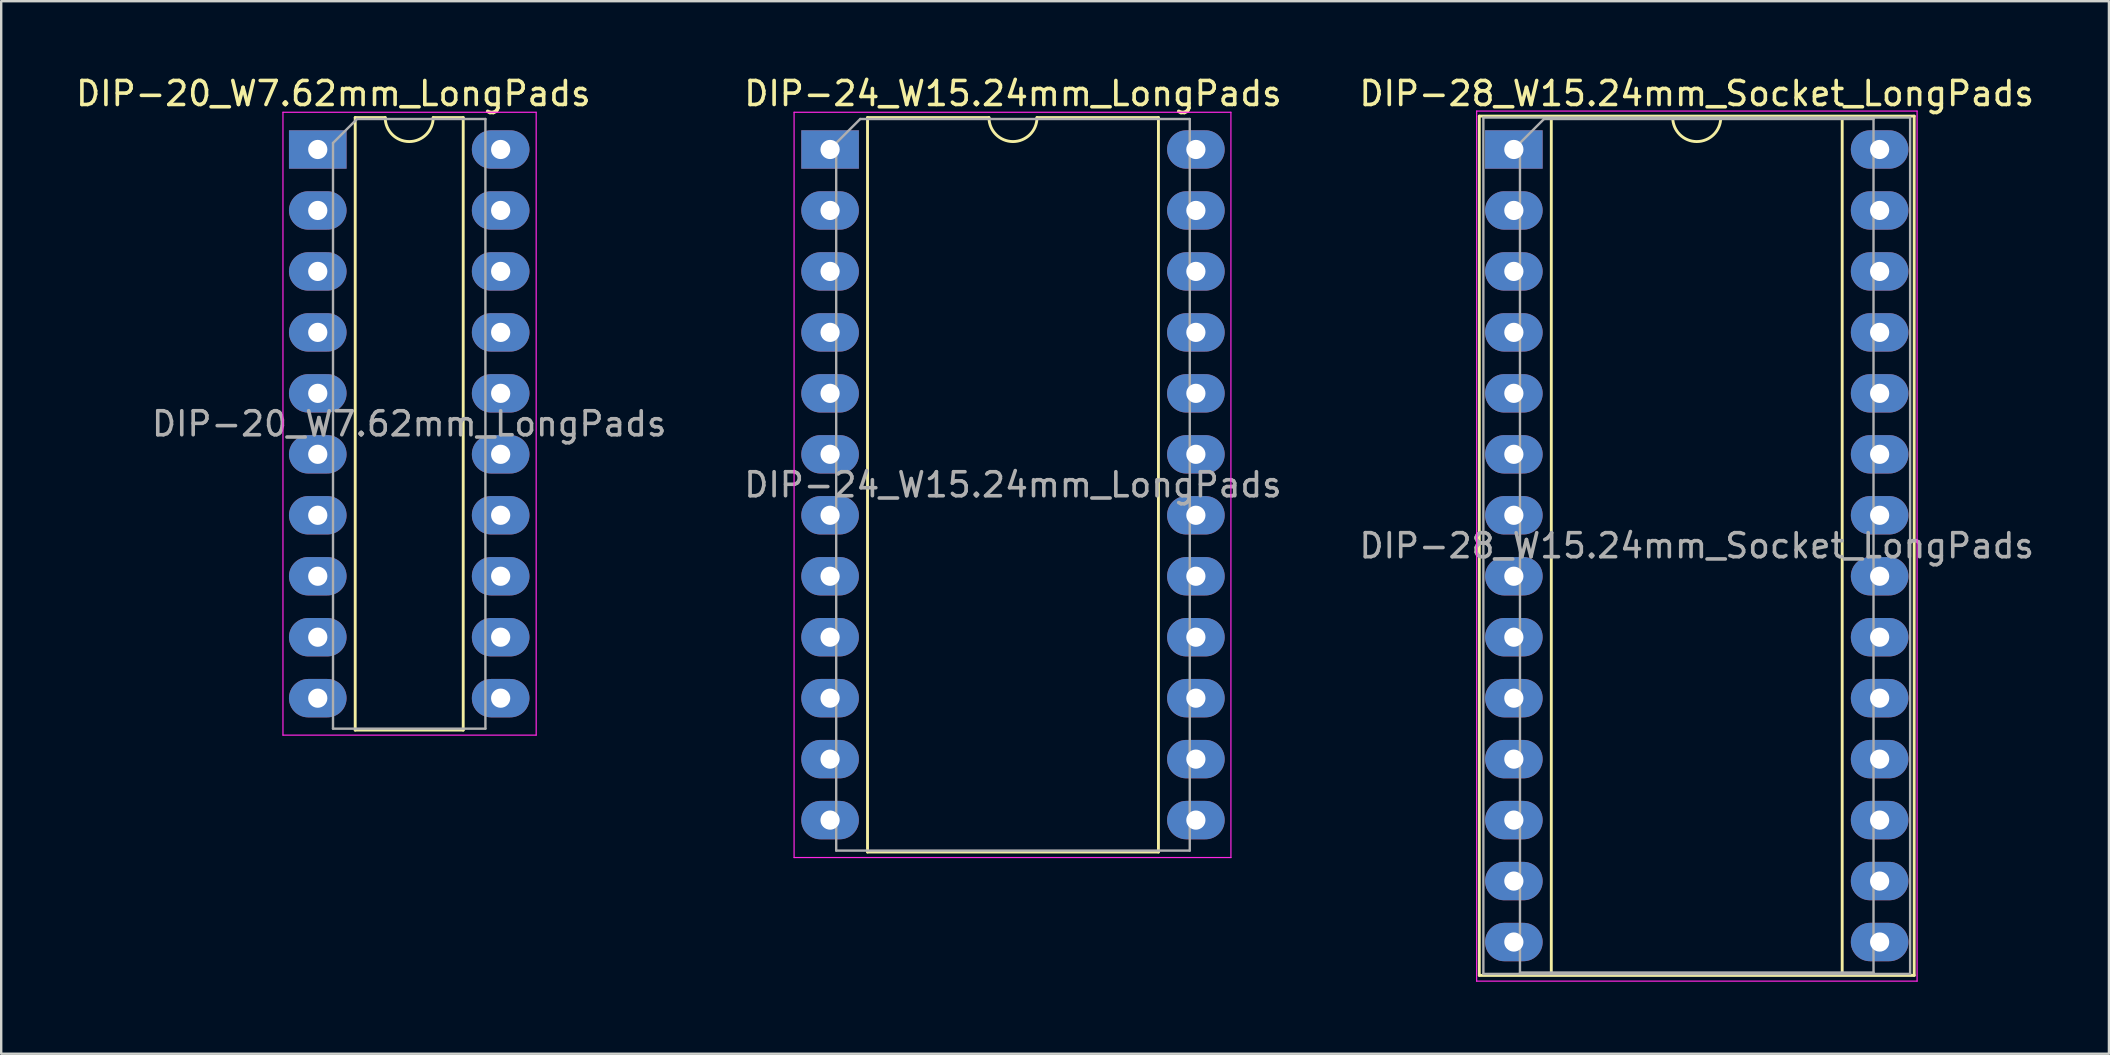
<source format=kicad_pcb>
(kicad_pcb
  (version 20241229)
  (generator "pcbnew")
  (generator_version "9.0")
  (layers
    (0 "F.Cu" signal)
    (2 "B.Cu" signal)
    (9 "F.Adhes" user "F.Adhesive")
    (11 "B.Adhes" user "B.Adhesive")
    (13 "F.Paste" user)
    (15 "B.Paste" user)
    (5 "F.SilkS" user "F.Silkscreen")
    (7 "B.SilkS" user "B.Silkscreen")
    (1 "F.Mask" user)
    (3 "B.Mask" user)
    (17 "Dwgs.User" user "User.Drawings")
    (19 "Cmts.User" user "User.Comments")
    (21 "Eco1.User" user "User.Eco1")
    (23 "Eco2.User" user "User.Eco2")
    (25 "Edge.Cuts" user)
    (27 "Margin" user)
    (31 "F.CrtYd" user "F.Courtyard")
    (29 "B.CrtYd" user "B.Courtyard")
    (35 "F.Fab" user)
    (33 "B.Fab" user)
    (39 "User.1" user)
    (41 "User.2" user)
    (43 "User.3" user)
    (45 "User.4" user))
  (footprint "DIP-24_W15.24mm_LongPads"
    (layer "F.Cu")
    (at 31.534 3.178)
    (property "Reference" "DIP-24_W15.24mm_LongPads" (at 7.62 -2.33 180) (layer "F.SilkS") (effects (font (size 1 1) (thickness 0.15))))
    (attr through_hole)
    (fp_line (start 1.56 -1.33) (end 1.56 29.27) (stroke (width 0.12) (type solid)) (layer "F.SilkS"))
    (fp_line (start 1.56 29.27) (end 13.68 29.27) (stroke (width 0.12) (type solid)) (layer "F.SilkS"))
    (fp_line (start 6.62 -1.33) (end 1.56 -1.33) (stroke (width 0.12) (type solid)) (layer "F.SilkS"))
    (fp_line (start 13.68 -1.33) (end 8.62 -1.33) (stroke (width 0.12) (type solid)) (layer "F.SilkS"))
    (fp_line (start 13.68 29.27) (end 13.68 -1.33) (stroke (width 0.12) (type solid)) (layer "F.SilkS"))
    (fp_arc (start 8.62 -1.33) (mid 7.62 -0.33) (end 6.62 -1.33) (stroke (width 0.12) (type solid)) (layer "F.SilkS"))
    (fp_line (start -1.5 -1.55) (end -1.5 29.5) (stroke (width 0.05) (type solid)) (layer "F.CrtYd"))
    (fp_line (start -1.5 29.5) (end 16.7 29.5) (stroke (width 0.05) (type solid)) (layer "F.CrtYd"))
    (fp_line (start 16.7 -1.55) (end -1.5 -1.55) (stroke (width 0.05) (type solid)) (layer "F.CrtYd"))
    (fp_line (start 16.7 29.5) (end 16.7 -1.55) (stroke (width 0.05) (type solid)) (layer "F.CrtYd"))
    (fp_line (start 0.255 -0.27) (end 1.255 -1.27) (stroke (width 0.1) (type solid)) (layer "F.Fab"))
    (fp_line (start 0.255 29.21) (end 0.255 -0.27) (stroke (width 0.1) (type solid)) (layer "F.Fab"))
    (fp_line (start 1.255 -1.27) (end 14.985 -1.27) (stroke (width 0.1) (type solid)) (layer "F.Fab"))
    (fp_line (start 14.985 -1.27) (end 14.985 29.21) (stroke (width 0.1) (type solid)) (layer "F.Fab"))
    (fp_line (start 14.985 29.21) (end 0.255 29.21) (stroke (width 0.1) (type solid)) (layer "F.Fab"))
    (fp_text user "${REFERENCE}" (at 7.62 13.97 180) (layer "F.Fab") (effects (font (size 1 1) (thickness 0.15))))
    (pad "1" thru_hole rect (at 0 0) (size 2.4 1.6) (drill 0.8) (layers "*.Cu" "*.Mask"))
    (pad "2" thru_hole oval (at 0 2.54) (size 2.4 1.6) (drill 0.8) (layers "*.Cu" "*.Mask"))
    (pad "3" thru_hole oval (at 0 5.08) (size 2.4 1.6) (drill 0.8) (layers "*.Cu" "*.Mask"))
    (pad "4" thru_hole oval (at 0 7.62) (size 2.4 1.6) (drill 0.8) (layers "*.Cu" "*.Mask"))
    (pad "5" thru_hole oval (at 0 10.16) (size 2.4 1.6) (drill 0.8) (layers "*.Cu" "*.Mask"))
    (pad "6" thru_hole oval (at 0 12.7) (size 2.4 1.6) (drill 0.8) (layers "*.Cu" "*.Mask"))
    (pad "7" thru_hole oval (at 0 15.24) (size 2.4 1.6) (drill 0.8) (layers "*.Cu" "*.Mask"))
    (pad "8" thru_hole oval (at 0 17.78) (size 2.4 1.6) (drill 0.8) (layers "*.Cu" "*.Mask"))
    (pad "9" thru_hole oval (at 0 20.32) (size 2.4 1.6) (drill 0.8) (layers "*.Cu" "*.Mask"))
    (pad "10" thru_hole oval (at 0 22.86) (size 2.4 1.6) (drill 0.8) (layers "*.Cu" "*.Mask"))
    (pad "11" thru_hole oval (at 0 25.4) (size 2.4 1.6) (drill 0.8) (layers "*.Cu" "*.Mask"))
    (pad "12" thru_hole oval (at 0 27.94) (size 2.4 1.6) (drill 0.8) (layers "*.Cu" "*.Mask"))
    (pad "13" thru_hole oval (at 15.24 27.94) (size 2.4 1.6) (drill 0.8) (layers "*.Cu" "*.Mask"))
    (pad "14" thru_hole oval (at 15.24 25.4) (size 2.4 1.6) (drill 0.8) (layers "*.Cu" "*.Mask"))
    (pad "15" thru_hole oval (at 15.24 22.86) (size 2.4 1.6) (drill 0.8) (layers "*.Cu" "*.Mask"))
    (pad "16" thru_hole oval (at 15.24 20.32) (size 2.4 1.6) (drill 0.8) (layers "*.Cu" "*.Mask"))
    (pad "17" thru_hole oval (at 15.24 17.78) (size 2.4 1.6) (drill 0.8) (layers "*.Cu" "*.Mask"))
    (pad "18" thru_hole oval (at 15.24 15.24) (size 2.4 1.6) (drill 0.8) (layers "*.Cu" "*.Mask"))
    (pad "19" thru_hole oval (at 15.24 12.7) (size 2.4 1.6) (drill 0.8) (layers "*.Cu" "*.Mask"))
    (pad "20" thru_hole oval (at 15.24 10.16) (size 2.4 1.6) (drill 0.8) (layers "*.Cu" "*.Mask"))
    (pad "21" thru_hole oval (at 15.24 7.62) (size 2.4 1.6) (drill 0.8) (layers "*.Cu" "*.Mask"))
    (pad "22" thru_hole oval (at 15.24 5.08) (size 2.4 1.6) (drill 0.8) (layers "*.Cu" "*.Mask"))
    (pad "23" thru_hole oval (at 15.24 2.54) (size 2.4 1.6) (drill 0.8) (layers "*.Cu" "*.Mask"))
    (pad "24" thru_hole oval (at 15.24 0) (size 2.4 1.6) (drill 0.8) (layers "*.Cu" "*.Mask")))
  (footprint "DIP-28_W15.24mm_Socket_LongPads"
    (layer "F.Cu")
    (at 60.022 3.178)
    (property "Reference" "DIP-28_W15.24mm_Socket_LongPads" (at 7.62 -2.33 180) (layer "F.SilkS") (effects (font (size 1 1) (thickness 0.15))))
    (attr through_hole)
    (fp_line (start -1.44 -1.39) (end -1.44 34.41) (stroke (width 0.12) (type solid)) (layer "F.SilkS"))
    (fp_line (start -1.44 34.41) (end 16.68 34.41) (stroke (width 0.12) (type solid)) (layer "F.SilkS"))
    (fp_line (start 1.56 -1.33) (end 1.56 34.35) (stroke (width 0.12) (type solid)) (layer "F.SilkS"))
    (fp_line (start 1.56 34.35) (end 13.68 34.35) (stroke (width 0.12) (type solid)) (layer "F.SilkS"))
    (fp_line (start 6.62 -1.33) (end 1.56 -1.33) (stroke (width 0.12) (type solid)) (layer "F.SilkS"))
    (fp_line (start 13.68 -1.33) (end 8.62 -1.33) (stroke (width 0.12) (type solid)) (layer "F.SilkS"))
    (fp_line (start 13.68 34.35) (end 13.68 -1.33) (stroke (width 0.12) (type solid)) (layer "F.SilkS"))
    (fp_line (start 16.68 -1.39) (end -1.44 -1.39) (stroke (width 0.12) (type solid)) (layer "F.SilkS"))
    (fp_line (start 16.68 34.41) (end 16.68 -1.39) (stroke (width 0.12) (type solid)) (layer "F.SilkS"))
    (fp_arc (start 8.62 -1.33) (mid 7.62 -0.33) (end 6.62 -1.33) (stroke (width 0.12) (type solid)) (layer "F.SilkS"))
    (fp_line (start -1.55 -1.6) (end -1.55 34.65) (stroke (width 0.05) (type solid)) (layer "F.CrtYd"))
    (fp_line (start -1.55 34.65) (end 16.8 34.65) (stroke (width 0.05) (type solid)) (layer "F.CrtYd"))
    (fp_line (start 16.8 -1.6) (end -1.55 -1.6) (stroke (width 0.05) (type solid)) (layer "F.CrtYd"))
    (fp_line (start 16.8 34.65) (end 16.8 -1.6) (stroke (width 0.05) (type solid)) (layer "F.CrtYd"))
    (fp_line (start -1.27 -1.33) (end -1.27 34.35) (stroke (width 0.1) (type solid)) (layer "F.Fab"))
    (fp_line (start -1.27 34.35) (end 16.51 34.35) (stroke (width 0.1) (type solid)) (layer "F.Fab"))
    (fp_line (start 0.255 -0.27) (end 1.255 -1.27) (stroke (width 0.1) (type solid)) (layer "F.Fab"))
    (fp_line (start 0.255 34.29) (end 0.255 -0.27) (stroke (width 0.1) (type solid)) (layer "F.Fab"))
    (fp_line (start 1.255 -1.27) (end 14.985 -1.27) (stroke (width 0.1) (type solid)) (layer "F.Fab"))
    (fp_line (start 14.985 -1.27) (end 14.985 34.29) (stroke (width 0.1) (type solid)) (layer "F.Fab"))
    (fp_line (start 14.985 34.29) (end 0.255 34.29) (stroke (width 0.1) (type solid)) (layer "F.Fab"))
    (fp_line (start 16.51 -1.33) (end -1.27 -1.33) (stroke (width 0.1) (type solid)) (layer "F.Fab"))
    (fp_line (start 16.51 34.35) (end 16.51 -1.33) (stroke (width 0.1) (type solid)) (layer "F.Fab"))
    (fp_text user "${REFERENCE}" (at 7.62 16.51 180) (layer "F.Fab") (effects (font (size 1 1) (thickness 0.15))))
    (pad "1" thru_hole rect (at 0 0) (size 2.4 1.6) (drill 0.8) (layers "*.Cu" "*.Mask"))
    (pad "2" thru_hole oval (at 0 2.54) (size 2.4 1.6) (drill 0.8) (layers "*.Cu" "*.Mask"))
    (pad "3" thru_hole oval (at 0 5.08) (size 2.4 1.6) (drill 0.8) (layers "*.Cu" "*.Mask"))
    (pad "4" thru_hole oval (at 0 7.62) (size 2.4 1.6) (drill 0.8) (layers "*.Cu" "*.Mask"))
    (pad "5" thru_hole oval (at 0 10.16) (size 2.4 1.6) (drill 0.8) (layers "*.Cu" "*.Mask"))
    (pad "6" thru_hole oval (at 0 12.7) (size 2.4 1.6) (drill 0.8) (layers "*.Cu" "*.Mask"))
    (pad "7" thru_hole oval (at 0 15.24) (size 2.4 1.6) (drill 0.8) (layers "*.Cu" "*.Mask"))
    (pad "8" thru_hole oval (at 0 17.78) (size 2.4 1.6) (drill 0.8) (layers "*.Cu" "*.Mask"))
    (pad "9" thru_hole oval (at 0 20.32) (size 2.4 1.6) (drill 0.8) (layers "*.Cu" "*.Mask"))
    (pad "10" thru_hole oval (at 0 22.86) (size 2.4 1.6) (drill 0.8) (layers "*.Cu" "*.Mask"))
    (pad "11" thru_hole oval (at 0 25.4) (size 2.4 1.6) (drill 0.8) (layers "*.Cu" "*.Mask"))
    (pad "12" thru_hole oval (at 0 27.94) (size 2.4 1.6) (drill 0.8) (layers "*.Cu" "*.Mask"))
    (pad "13" thru_hole oval (at 0 30.48) (size 2.4 1.6) (drill 0.8) (layers "*.Cu" "*.Mask"))
    (pad "14" thru_hole oval (at 0 33.02) (size 2.4 1.6) (drill 0.8) (layers "*.Cu" "*.Mask"))
    (pad "15" thru_hole oval (at 15.24 33.02) (size 2.4 1.6) (drill 0.8) (layers "*.Cu" "*.Mask"))
    (pad "16" thru_hole oval (at 15.24 30.48) (size 2.4 1.6) (drill 0.8) (layers "*.Cu" "*.Mask"))
    (pad "17" thru_hole oval (at 15.24 27.94) (size 2.4 1.6) (drill 0.8) (layers "*.Cu" "*.Mask"))
    (pad "18" thru_hole oval (at 15.24 25.4) (size 2.4 1.6) (drill 0.8) (layers "*.Cu" "*.Mask"))
    (pad "19" thru_hole oval (at 15.24 22.86) (size 2.4 1.6) (drill 0.8) (layers "*.Cu" "*.Mask"))
    (pad "20" thru_hole oval (at 15.24 20.32) (size 2.4 1.6) (drill 0.8) (layers "*.Cu" "*.Mask"))
    (pad "21" thru_hole oval (at 15.24 17.78) (size 2.4 1.6) (drill 0.8) (layers "*.Cu" "*.Mask"))
    (pad "22" thru_hole oval (at 15.24 15.24) (size 2.4 1.6) (drill 0.8) (layers "*.Cu" "*.Mask"))
    (pad "23" thru_hole oval (at 15.24 12.7) (size 2.4 1.6) (drill 0.8) (layers "*.Cu" "*.Mask"))
    (pad "24" thru_hole oval (at 15.24 10.16) (size 2.4 1.6) (drill 0.8) (layers "*.Cu" "*.Mask"))
    (pad "25" thru_hole oval (at 15.24 7.62) (size 2.4 1.6) (drill 0.8) (layers "*.Cu" "*.Mask"))
    (pad "26" thru_hole oval (at 15.24 5.08) (size 2.4 1.6) (drill 0.8) (layers "*.Cu" "*.Mask"))
    (pad "27" thru_hole oval (at 15.24 2.54) (size 2.4 1.6) (drill 0.8) (layers "*.Cu" "*.Mask"))
    (pad "28" thru_hole oval (at 15.24 0) (size 2.4 1.6) (drill 0.8) (layers "*.Cu" "*.Mask")))
  (footprint "DIP-20_W7.62mm_LongPads"
    (layer "F.Cu")
    (at 10.189 3.178)
    (property "Reference" "DIP-20_W7.62mm_LongPads" (at 0.65 -2.33 180) (layer "F.SilkS") (effects (font (size 1 1) (thickness 0.15))))
    (attr through_hole)
    (fp_line (start 1.56 -1.33) (end 1.56 24.19) (stroke (width 0.12) (type solid)) (layer "F.SilkS"))
    (fp_line (start 1.56 24.19) (end 6.06 24.19) (stroke (width 0.12) (type solid)) (layer "F.SilkS"))
    (fp_line (start 2.81 -1.33) (end 1.56 -1.33) (stroke (width 0.12) (type solid)) (layer "F.SilkS"))
    (fp_line (start 6.06 -1.33) (end 4.81 -1.33) (stroke (width 0.12) (type solid)) (layer "F.SilkS"))
    (fp_line (start 6.06 24.19) (end 6.06 -1.33) (stroke (width 0.12) (type solid)) (layer "F.SilkS"))
    (fp_arc (start 4.81 -1.33) (mid 3.81 -0.33) (end 2.81 -1.33) (stroke (width 0.12) (type solid)) (layer "F.SilkS"))
    (fp_line (start -1.45 -1.55) (end -1.45 24.4) (stroke (width 0.05) (type solid)) (layer "F.CrtYd"))
    (fp_line (start -1.45 24.4) (end 9.1 24.4) (stroke (width 0.05) (type solid)) (layer "F.CrtYd"))
    (fp_line (start 9.1 -1.55) (end -1.45 -1.55) (stroke (width 0.05) (type solid)) (layer "F.CrtYd"))
    (fp_line (start 9.1 24.4) (end 9.1 -1.55) (stroke (width 0.05) (type solid)) (layer "F.CrtYd"))
    (fp_line (start 0.635 -0.27) (end 1.635 -1.27) (stroke (width 0.1) (type solid)) (layer "F.Fab"))
    (fp_line (start 0.635 24.13) (end 0.635 -0.27) (stroke (width 0.1) (type solid)) (layer "F.Fab"))
    (fp_line (start 1.635 -1.27) (end 6.985 -1.27) (stroke (width 0.1) (type solid)) (layer "F.Fab"))
    (fp_line (start 6.985 -1.27) (end 6.985 24.13) (stroke (width 0.1) (type solid)) (layer "F.Fab"))
    (fp_line (start 6.985 24.13) (end 0.635 24.13) (stroke (width 0.1) (type solid)) (layer "F.Fab"))
    (fp_text user "${REFERENCE}" (at 3.81 11.43 180) (layer "F.Fab") (effects (font (size 1 1) (thickness 0.15))))
    (pad "1" thru_hole rect (at 0 0) (size 2.4 1.6) (drill 0.8) (layers "*.Cu" "*.Mask"))
    (pad "2" thru_hole oval (at 0 2.54) (size 2.4 1.6) (drill 0.8) (layers "*.Cu" "*.Mask"))
    (pad "3" thru_hole oval (at 0 5.08) (size 2.4 1.6) (drill 0.8) (layers "*.Cu" "*.Mask"))
    (pad "4" thru_hole oval (at 0 7.62) (size 2.4 1.6) (drill 0.8) (layers "*.Cu" "*.Mask"))
    (pad "5" thru_hole oval (at 0 10.16) (size 2.4 1.6) (drill 0.8) (layers "*.Cu" "*.Mask"))
    (pad "6" thru_hole oval (at 0 12.7) (size 2.4 1.6) (drill 0.8) (layers "*.Cu" "*.Mask"))
    (pad "7" thru_hole oval (at 0 15.24) (size 2.4 1.6) (drill 0.8) (layers "*.Cu" "*.Mask"))
    (pad "8" thru_hole oval (at 0 17.78) (size 2.4 1.6) (drill 0.8) (layers "*.Cu" "*.Mask"))
    (pad "9" thru_hole oval (at 0 20.32) (size 2.4 1.6) (drill 0.8) (layers "*.Cu" "*.Mask"))
    (pad "10" thru_hole oval (at 0 22.86) (size 2.4 1.6) (drill 0.8) (layers "*.Cu" "*.Mask"))
    (pad "11" thru_hole oval (at 7.62 22.86) (size 2.4 1.6) (drill 0.8) (layers "*.Cu" "*.Mask"))
    (pad "12" thru_hole oval (at 7.62 20.32) (size 2.4 1.6) (drill 0.8) (layers "*.Cu" "*.Mask"))
    (pad "13" thru_hole oval (at 7.62 17.78) (size 2.4 1.6) (drill 0.8) (layers "*.Cu" "*.Mask"))
    (pad "14" thru_hole oval (at 7.62 15.24) (size 2.4 1.6) (drill 0.8) (layers "*.Cu" "*.Mask"))
    (pad "15" thru_hole oval (at 7.62 12.7) (size 2.4 1.6) (drill 0.8) (layers "*.Cu" "*.Mask"))
    (pad "16" thru_hole oval (at 7.62 10.16) (size 2.4 1.6) (drill 0.8) (layers "*.Cu" "*.Mask"))
    (pad "17" thru_hole oval (at 7.62 7.62) (size 2.4 1.6) (drill 0.8) (layers "*.Cu" "*.Mask"))
    (pad "18" thru_hole oval (at 7.62 5.08) (size 2.4 1.6) (drill 0.8) (layers "*.Cu" "*.Mask"))
    (pad "19" thru_hole oval (at 7.62 2.54) (size 2.4 1.6) (drill 0.8) (layers "*.Cu" "*.Mask"))
    (pad "20" thru_hole oval (at 7.62 0) (size 2.4 1.6) (drill 0.8) (layers "*.Cu" "*.Mask")))
  (gr_rect
    (start -3 -3)
    (end 84.815 40.853)
    (stroke (width 0.1) (type default))
    (fill no)
    (layer "Edge.Cuts")))
</source>
